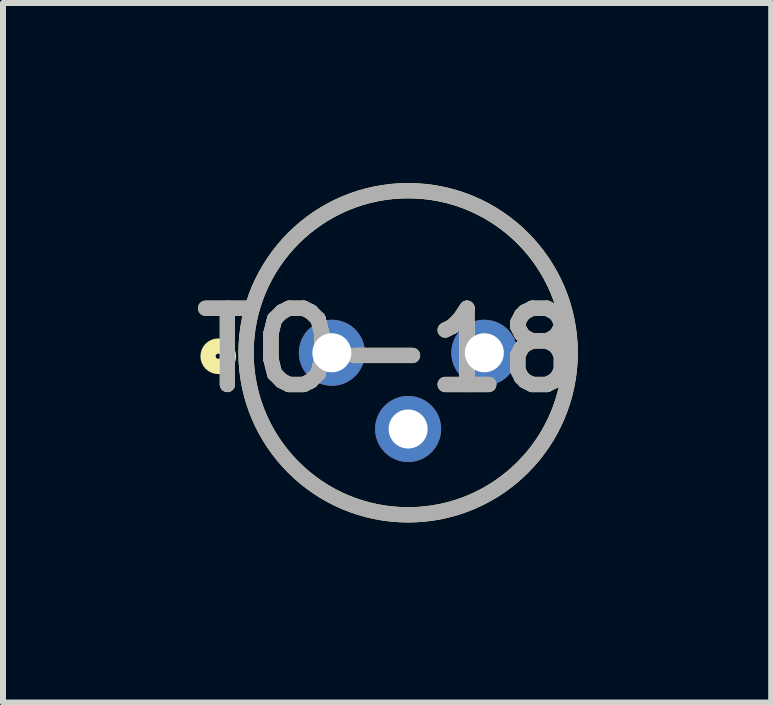
<source format=kicad_pcb>
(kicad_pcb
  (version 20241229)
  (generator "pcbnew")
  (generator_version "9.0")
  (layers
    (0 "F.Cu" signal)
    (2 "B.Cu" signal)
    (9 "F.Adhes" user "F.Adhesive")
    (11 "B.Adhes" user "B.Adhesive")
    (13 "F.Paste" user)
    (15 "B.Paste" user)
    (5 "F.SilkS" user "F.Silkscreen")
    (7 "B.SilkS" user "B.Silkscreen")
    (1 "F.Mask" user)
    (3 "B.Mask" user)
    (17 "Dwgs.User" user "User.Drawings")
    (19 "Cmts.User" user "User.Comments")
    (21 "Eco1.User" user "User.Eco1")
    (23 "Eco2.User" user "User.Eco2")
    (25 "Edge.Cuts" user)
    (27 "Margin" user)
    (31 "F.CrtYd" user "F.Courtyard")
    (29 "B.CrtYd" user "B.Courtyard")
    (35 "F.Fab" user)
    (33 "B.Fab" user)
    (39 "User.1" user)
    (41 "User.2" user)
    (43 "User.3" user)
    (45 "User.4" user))
  (footprint "TO-18"
    (layer "F.Cu")
    (at 3.749 2.827)
    (property "Reference" "TO-18" (at -0.35 -0.046 0) (layer "F.SilkS") (effects (font (size 1.27 1.27) (thickness 0.254))))
    (attr through_hole)
    (fp_circle (center -3.163 0.058) (end -3.163 0.101) (stroke (width 0.254) (type solid)) (fill no) (layer "F.SilkS"))
    (fp_circle (center 0 0) (end 0 2.7) (stroke (width 0.254) (type solid)) (fill no) (layer "F.SilkS"))
    (fp_circle (center 0 0) (end 0 2.7) (stroke (width 0.254) (type solid)) (fill no) (layer "F.Fab"))
    (fp_text user "${REFERENCE}" (at -0.35 -0.046 0) (layer "F.Fab") (effects (font (size 1.27 1.27) (thickness 0.254))))
    (pad "1" thru_hole circle (at -1.27 0) (size 1.1 1.1) (drill 0.65) (layers "*.Cu" "*.Mask"))
    (pad "2" thru_hole circle (at 0 1.27) (size 1.1 1.1) (drill 0.65) (layers "*.Cu" "*.Mask"))
    (pad "3" thru_hole circle (at 1.27 0) (size 1.1 1.1) (drill 0.65) (layers "*.Cu" "*.Mask")))
  (gr_rect
    (start -3 -3)
    (end 9.798 8.654)
    (stroke (width 0.1) (type default))
    (fill no)
    (layer "Edge.Cuts")))
</source>
